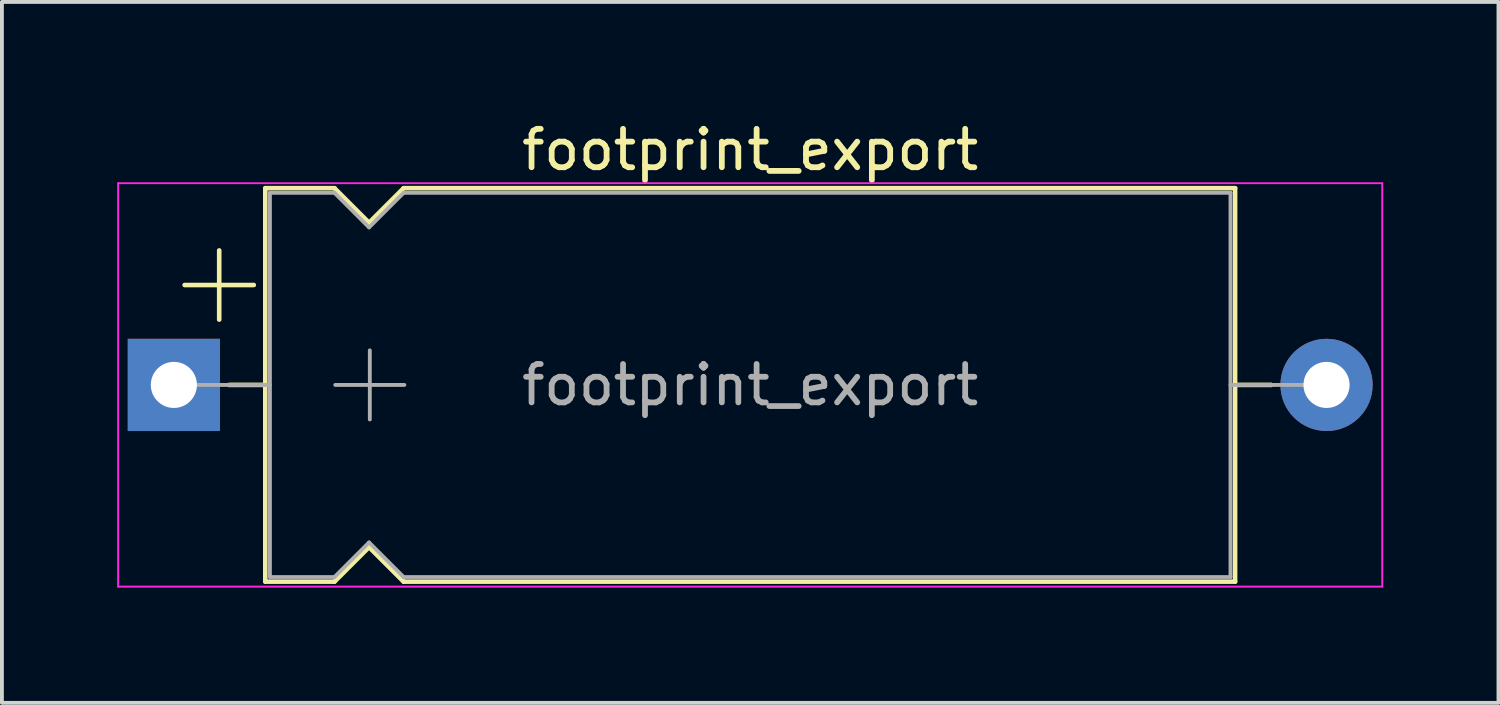
<source format=kicad_pcb>
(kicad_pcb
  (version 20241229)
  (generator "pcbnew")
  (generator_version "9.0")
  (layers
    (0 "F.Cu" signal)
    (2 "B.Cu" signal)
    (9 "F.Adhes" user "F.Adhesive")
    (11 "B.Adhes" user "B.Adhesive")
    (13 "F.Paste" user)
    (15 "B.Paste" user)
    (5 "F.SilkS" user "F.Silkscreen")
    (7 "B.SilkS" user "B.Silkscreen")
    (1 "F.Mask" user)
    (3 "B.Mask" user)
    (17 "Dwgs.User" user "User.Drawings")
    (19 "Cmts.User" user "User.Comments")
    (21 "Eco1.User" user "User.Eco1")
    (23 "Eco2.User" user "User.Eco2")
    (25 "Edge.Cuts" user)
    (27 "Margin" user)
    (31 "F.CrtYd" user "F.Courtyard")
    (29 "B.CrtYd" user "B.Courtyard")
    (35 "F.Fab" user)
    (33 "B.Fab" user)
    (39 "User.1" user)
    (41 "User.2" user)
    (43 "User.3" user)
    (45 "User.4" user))
  (footprint "footprint_export"
    (layer "F.Cu")
    (at 1.475 6.968)
    (property "Reference" "footprint_export" (at 15 -6.12 0) (layer "F.SilkS") (effects (font (size 1 1) (thickness 0.15))))
    (attr through_hole)
    (fp_line (start 0.28 -2.6) (end 2.08 -2.6) (stroke (width 0.12) (type solid)) (layer "F.SilkS"))
    (fp_line (start 1.18 -3.5) (end 1.18 -1.7) (stroke (width 0.12) (type solid)) (layer "F.SilkS"))
    (fp_line (start 1.44 0) (end 2.38 0) (stroke (width 0.12) (type solid)) (layer "F.SilkS"))
    (fp_line (start 2.38 -5.12) (end 2.38 5.12) (stroke (width 0.12) (type solid)) (layer "F.SilkS"))
    (fp_line (start 2.38 -5.12) (end 4.18 -5.12) (stroke (width 0.12) (type solid)) (layer "F.SilkS"))
    (fp_line (start 2.38 5.12) (end 4.18 5.12) (stroke (width 0.12) (type solid)) (layer "F.SilkS"))
    (fp_line (start 4.18 -5.12) (end 5.08 -4.22) (stroke (width 0.12) (type solid)) (layer "F.SilkS"))
    (fp_line (start 4.18 5.12) (end 5.08 4.22) (stroke (width 0.12) (type solid)) (layer "F.SilkS"))
    (fp_line (start 5.08 -4.22) (end 5.98 -5.12) (stroke (width 0.12) (type solid)) (layer "F.SilkS"))
    (fp_line (start 5.08 4.22) (end 5.98 5.12) (stroke (width 0.12) (type solid)) (layer "F.SilkS"))
    (fp_line (start 5.98 -5.12) (end 27.62 -5.12) (stroke (width 0.12) (type solid)) (layer "F.SilkS"))
    (fp_line (start 5.98 5.12) (end 27.62 5.12) (stroke (width 0.12) (type solid)) (layer "F.SilkS"))
    (fp_line (start 27.62 -5.12) (end 27.62 5.12) (stroke (width 0.12) (type solid)) (layer "F.SilkS"))
    (fp_line (start 28.56 0) (end 27.62 0) (stroke (width 0.12) (type solid)) (layer "F.SilkS"))
    (fp_line (start -1.45 -5.25) (end -1.45 5.25) (stroke (width 0.05) (type solid)) (layer "F.CrtYd"))
    (fp_line (start -1.45 5.25) (end 31.45 5.25) (stroke (width 0.05) (type solid)) (layer "F.CrtYd"))
    (fp_line (start 31.45 -5.25) (end -1.45 -5.25) (stroke (width 0.05) (type solid)) (layer "F.CrtYd"))
    (fp_line (start 31.45 5.25) (end 31.45 -5.25) (stroke (width 0.05) (type solid)) (layer "F.CrtYd"))
    (fp_line (start 0 0) (end 2.5 0) (stroke (width 0.1) (type solid)) (layer "F.Fab"))
    (fp_line (start 2.5 -5) (end 2.5 5) (stroke (width 0.1) (type solid)) (layer "F.Fab"))
    (fp_line (start 2.5 -5) (end 4.18 -5) (stroke (width 0.1) (type solid)) (layer "F.Fab"))
    (fp_line (start 2.5 5) (end 4.18 5) (stroke (width 0.1) (type solid)) (layer "F.Fab"))
    (fp_line (start 4.18 -5) (end 5.08 -4.1) (stroke (width 0.1) (type solid)) (layer "F.Fab"))
    (fp_line (start 4.18 5) (end 5.08 4.1) (stroke (width 0.1) (type solid)) (layer "F.Fab"))
    (fp_line (start 4.2 0) (end 6 0) (stroke (width 0.1) (type solid)) (layer "F.Fab"))
    (fp_line (start 5.08 -4.1) (end 5.98 -5) (stroke (width 0.1) (type solid)) (layer "F.Fab"))
    (fp_line (start 5.08 4.1) (end 5.98 5) (stroke (width 0.1) (type solid)) (layer "F.Fab"))
    (fp_line (start 5.1 -0.9) (end 5.1 0.9) (stroke (width 0.1) (type solid)) (layer "F.Fab"))
    (fp_line (start 5.98 -5) (end 27.5 -5) (stroke (width 0.1) (type solid)) (layer "F.Fab"))
    (fp_line (start 5.98 5) (end 27.5 5) (stroke (width 0.1) (type solid)) (layer "F.Fab"))
    (fp_line (start 27.5 -5) (end 27.5 5) (stroke (width 0.1) (type solid)) (layer "F.Fab"))
    (fp_line (start 30 0) (end 27.5 0) (stroke (width 0.1) (type solid)) (layer "F.Fab"))
    (fp_text user "${REFERENCE}" (at 15 0 0) (layer "F.Fab") (effects (font (size 1 1) (thickness 0.15))))
    (pad "1" thru_hole rect (at 0 0) (size 2.4 2.4) (drill 1.2) (layers "*.Cu" "*.Mask"))
    (pad "2" thru_hole oval (at 30 0) (size 2.4 2.4) (drill 1.2) (layers "*.Cu" "*.Mask")))
  (gr_rect
    (start -3 -3)
    (end 35.95 15.243)
    (stroke (width 0.1) (type default))
    (fill no)
    (layer "Edge.Cuts")))
</source>
